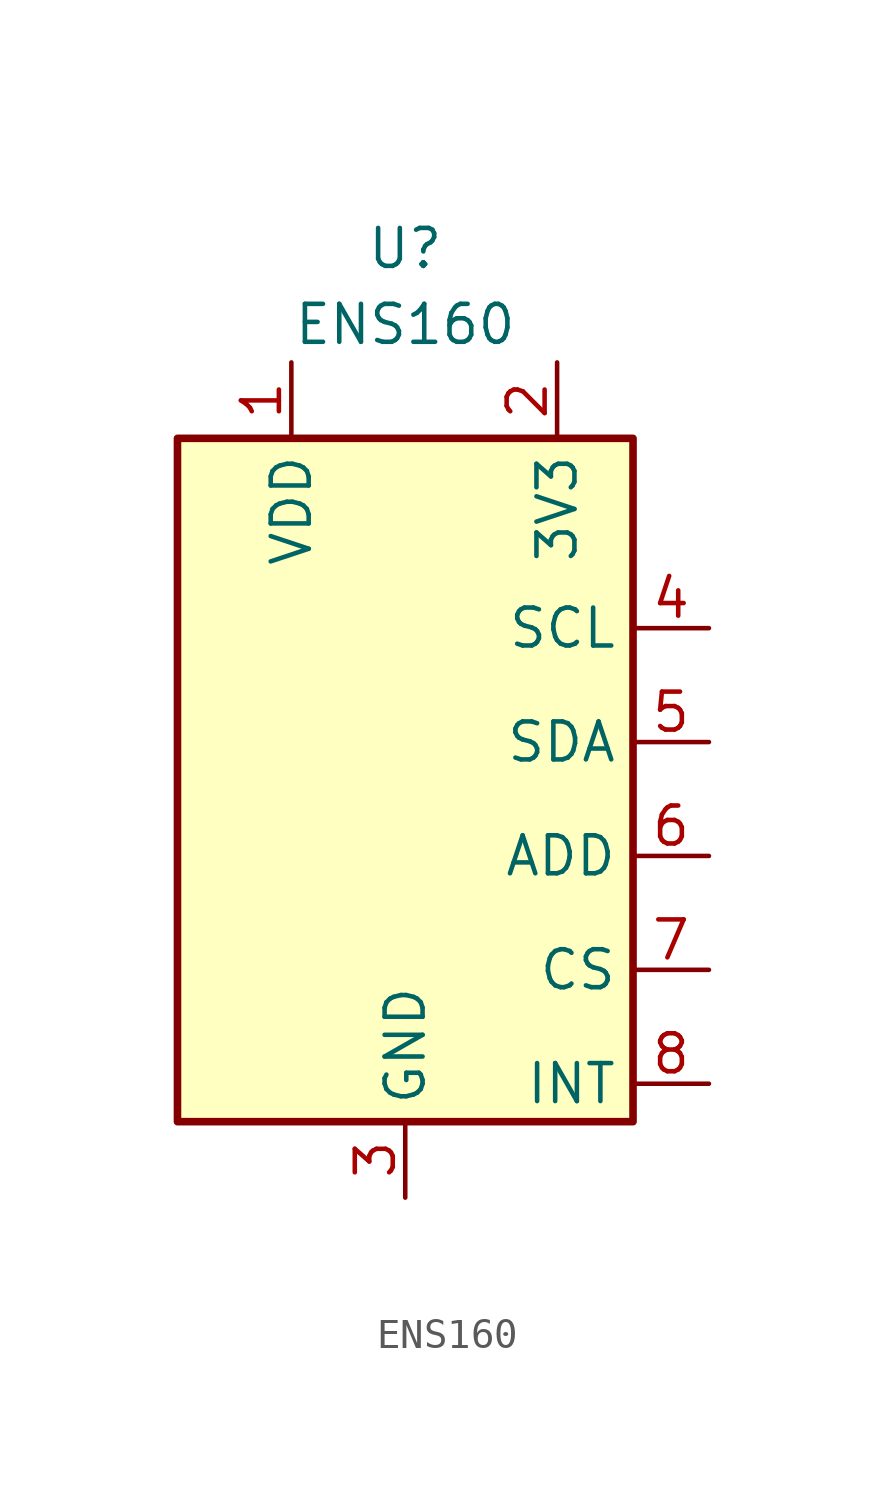
<source format=kicad_sym>
(kicad_symbol_lib
  (version 20211014)
  (generator kicad_symbol_editor)
  (symbol "ENS160"
    (property "Reference" "U"
      (at 0 2.54 0)
      (effects (font (size 1.27 1.27))))
    (property "Value" "ENS160"
      (at 0 0 0)
      (effects (font (size 1.27 1.27))))
    (symbol "ENS160_0_1"
      (rectangle (start -7.62 -3.81) (end 7.62 -26.67) (stroke (width 0.254) (type default) (color 0 0 0 0)) (fill (type background))))
    (symbol "ENS160_1_1"
      (pin passive line (at -3.81 -1.27 270) (length 2.54) (name "VDD" (effects (font (size 1.27 1.27)))) (number "1" (effects (font (size 1.27 1.27)))))
      (pin passive line (at 5.08 -1.27 270) (length 2.54) (name "3V3" (effects (font (size 1.27 1.27)))) (number "2" (effects (font (size 1.27 1.27)))))
      (pin power_in line (at 0 -29.21 90) (length 2.54) (name "GND" (effects (font (size 1.27 1.27)))) (number "3" (effects (font (size 1.27 1.27)))))
      (pin output line (at 10.16 -10.16 180) (length 2.54) (name "SCL" (effects (font (size 1.27 1.27)))) (number "4" (effects (font (size 1.27 1.27)))))
      (pin output line (at 10.16 -13.97 180) (length 2.54) (name "SDA" (effects (font (size 1.27 1.27)))) (number "5" (effects (font (size 1.27 1.27)))))
      (pin output line (at 10.16 -17.78 180) (length 2.54) (name "ADD" (effects (font (size 1.27 1.27)))) (number "6" (effects (font (size 1.27 1.27)))))
      (pin output line (at 10.16 -21.59 180) (length 2.54) (name "CS" (effects (font (size 1.27 1.27)))) (number "7" (effects (font (size 1.27 1.27)))))
      (pin output line (at 10.16 -25.4 180) (length 2.54) (name "INT" (effects (font (size 1.27 1.27)))) (number "8" (effects (font (size 1.27 1.27))))))))
</source>
